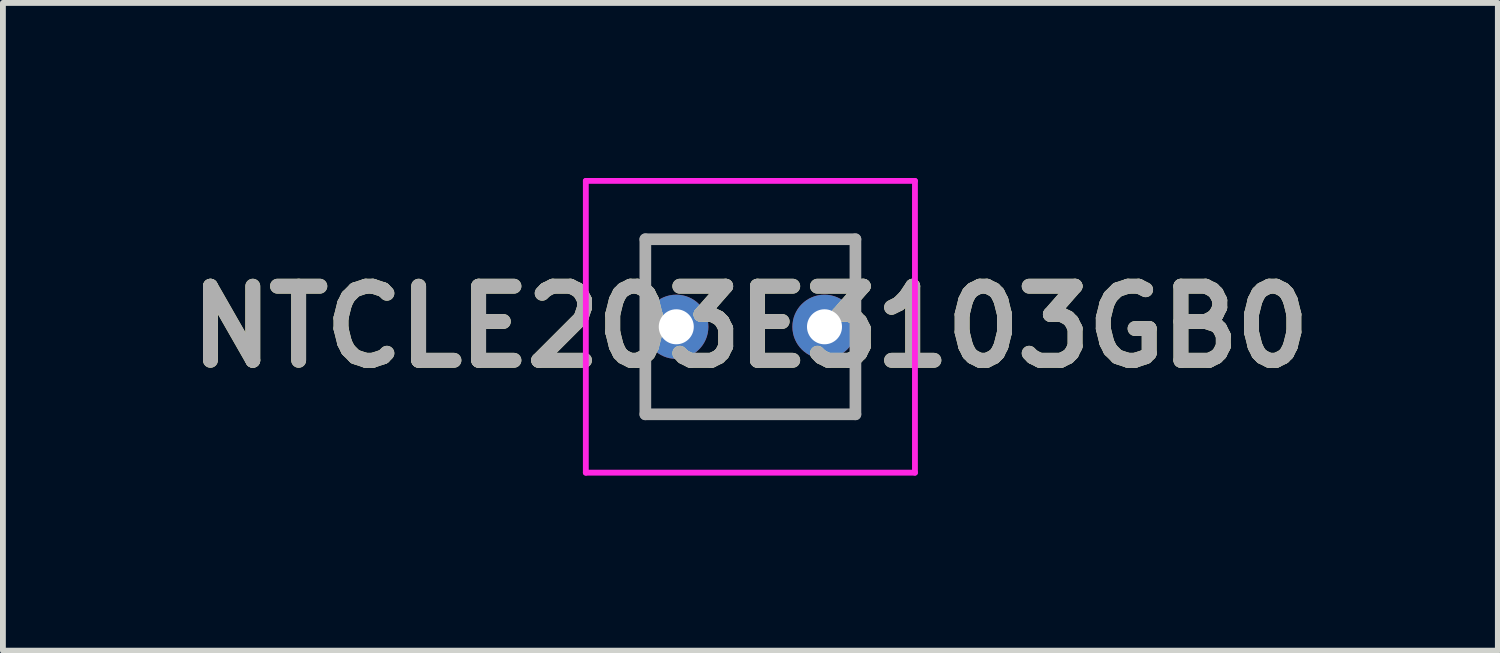
<source format=kicad_pcb>
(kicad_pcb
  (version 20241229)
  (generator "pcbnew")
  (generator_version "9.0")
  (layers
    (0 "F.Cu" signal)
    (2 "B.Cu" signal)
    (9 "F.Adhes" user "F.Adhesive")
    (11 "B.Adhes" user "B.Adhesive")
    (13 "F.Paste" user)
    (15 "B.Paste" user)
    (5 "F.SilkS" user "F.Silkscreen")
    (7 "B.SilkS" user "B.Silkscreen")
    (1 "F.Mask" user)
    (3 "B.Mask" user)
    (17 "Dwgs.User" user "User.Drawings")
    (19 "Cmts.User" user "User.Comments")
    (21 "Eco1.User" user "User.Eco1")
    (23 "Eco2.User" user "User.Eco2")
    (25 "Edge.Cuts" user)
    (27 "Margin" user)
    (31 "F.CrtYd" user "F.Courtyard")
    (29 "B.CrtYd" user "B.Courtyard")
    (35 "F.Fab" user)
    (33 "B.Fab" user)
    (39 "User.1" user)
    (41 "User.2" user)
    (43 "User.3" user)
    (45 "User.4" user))
  (footprint "NTCLE203E3103GB0"
    (layer "F.Cu")
    (at 8.539 2.55)
    (property "Reference" "NTCLE203E3103GB0" (at 1.27 0 0) (layer "F.SilkS") (effects (font (size 1.27 1.27) (thickness 0.254))))
    (attr through_hole)
    (fp_line (start -0.53 -1.5) (end 3.07 -1.5) (stroke (width 0.1) (type solid)) (layer "F.SilkS"))
    (fp_line (start -0.53 1.5) (end 3.07 1.5) (stroke (width 0.1) (type solid)) (layer "F.SilkS"))
    (fp_line (start -1.55 -2.5) (end 4.09 -2.5) (stroke (width 0.1) (type solid)) (layer "F.CrtYd"))
    (fp_line (start -1.55 2.5) (end -1.55 -2.5) (stroke (width 0.1) (type solid)) (layer "F.CrtYd"))
    (fp_line (start 4.09 -2.5) (end 4.09 2.5) (stroke (width 0.1) (type solid)) (layer "F.CrtYd"))
    (fp_line (start 4.09 2.5) (end -1.55 2.5) (stroke (width 0.1) (type solid)) (layer "F.CrtYd"))
    (fp_line (start -0.53 -1.5) (end 3.07 -1.5) (stroke (width 0.2) (type solid)) (layer "F.Fab"))
    (fp_line (start -0.53 1.5) (end -0.53 -1.5) (stroke (width 0.2) (type solid)) (layer "F.Fab"))
    (fp_line (start 3.07 -1.5) (end 3.07 1.5) (stroke (width 0.2) (type solid)) (layer "F.Fab"))
    (fp_line (start 3.07 1.5) (end -0.53 1.5) (stroke (width 0.2) (type solid)) (layer "F.Fab"))
    (fp_text user "${REFERENCE}" (at 1.27 0 0) (layer "F.Fab") (effects (font (size 1.27 1.27) (thickness 0.254))))
    (pad "1" thru_hole circle (at 0 0) (size 1.1 1.1) (drill 0.6) (layers "*.Cu" "*.Mask"))
    (pad "2" thru_hole circle (at 2.54 0) (size 1.1 1.1) (drill 0.6) (layers "*.Cu" "*.Mask")))
  (gr_rect
    (start -3 -3)
    (end 22.618 8.1)
    (stroke (width 0.1) (type default))
    (fill no)
    (layer "Edge.Cuts")))
</source>
